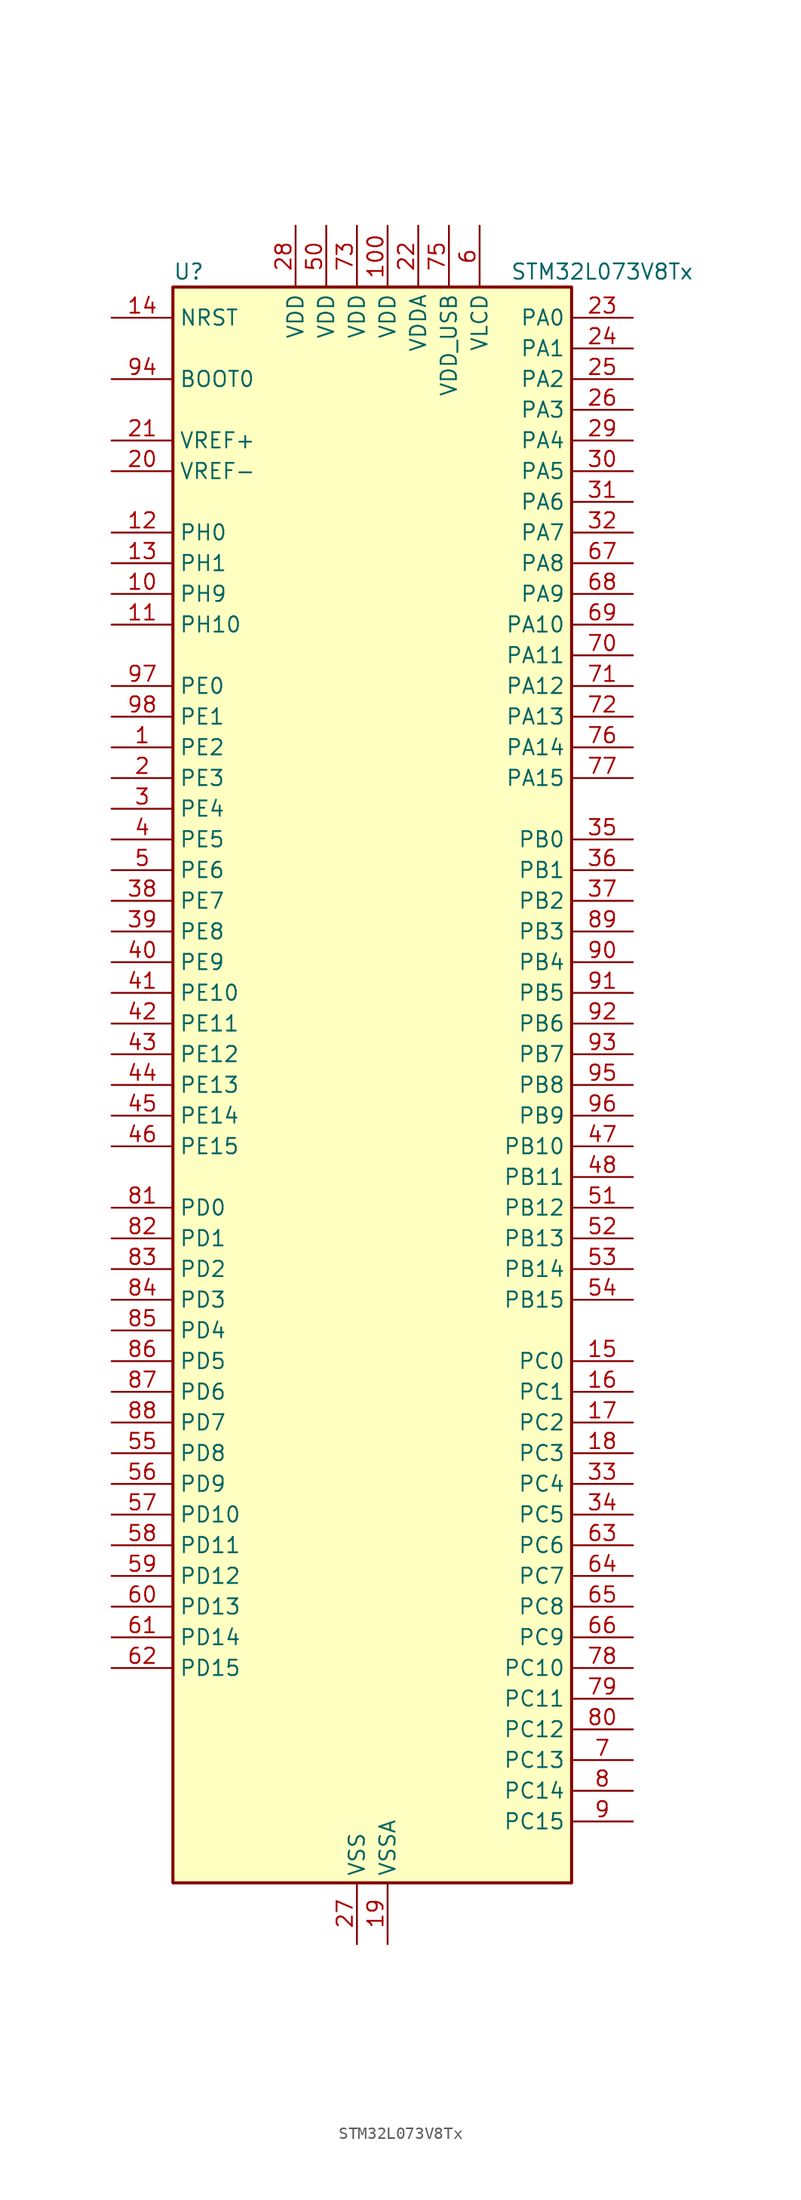
<source format=kicad_sym>
(kicad_symbol_lib
  (version 20220914)
  (generator kicad_symbol_editor)
  (symbol "STM32L073V8Tx"
    (property "Reference" "U"
      (at -15.24 67.31 0)
      (effects (font (size 1.27 1.27)) (justify left)))
    (property "Value" "STM32L073V8Tx"
      (at 12.7 67.31 0)
      (effects (font (size 1.27 1.27)) (justify left)))
    (property "ki_locked" ""
      (at 0 0 0)
      (effects (font (size 1.27 1.27))))
    (symbol "STM32L073V8Tx_0_1"
      (rectangle (start -15.24 -66.04) (end 17.78 66.04) (stroke (width 0.254) (type default)) (fill (type background))))
    (symbol "STM32L073V8Tx_1_1"
      (pin bidirectional line (at -20.32 27.94 0) (length 5.08) (name "PE2" (effects (font (size 1.27 1.27)))) (number "1" (effects (font (size 1.27 1.27)))) (alternate "LCD_SEG38" bidirectional line) (alternate "TIM3_ETR" bidirectional line))
      (pin bidirectional line (at -20.32 40.64 0) (length 5.08) (name "PH9" (effects (font (size 1.27 1.27)))) (number "10" (effects (font (size 1.27 1.27)))) (alternate "DAC_EXTI9" bidirectional line))
      (pin power_in line (at 2.54 71.12 270) (length 5.08) (name "VDD" (effects (font (size 1.27 1.27)))) (number "100" (effects (font (size 1.27 1.27)))))
      (pin bidirectional line (at -20.32 38.1 0) (length 5.08) (name "PH10" (effects (font (size 1.27 1.27)))) (number "11" (effects (font (size 1.27 1.27)))))
      (pin bidirectional line (at -20.32 45.72 0) (length 5.08) (name "PH0" (effects (font (size 1.27 1.27)))) (number "12" (effects (font (size 1.27 1.27)))) (alternate "CRS_SYNC" bidirectional line) (alternate "RCC_OSC_IN" bidirectional line))
      (pin bidirectional line (at -20.32 43.18 0) (length 5.08) (name "PH1" (effects (font (size 1.27 1.27)))) (number "13" (effects (font (size 1.27 1.27)))) (alternate "RCC_OSC_OUT" bidirectional line))
      (pin input line (at -20.32 63.5 0) (length 5.08) (name "NRST" (effects (font (size 1.27 1.27)))) (number "14" (effects (font (size 1.27 1.27)))))
      (pin bidirectional line (at 22.86 -22.86 180) (length 5.08) (name "PC0" (effects (font (size 1.27 1.27)))) (number "15" (effects (font (size 1.27 1.27)))) (alternate "ADC_IN10" bidirectional line) (alternate "I2C3_SCL" bidirectional line) (alternate "LCD_SEG18" bidirectional line) (alternate "LPTIM1_IN1" bidirectional line) (alternate "LPUART1_RX" bidirectional line) (alternate "TSC_G7_IO1" bidirectional line))
      (pin bidirectional line (at 22.86 -25.4 180) (length 5.08) (name "PC1" (effects (font (size 1.27 1.27)))) (number "16" (effects (font (size 1.27 1.27)))) (alternate "ADC_IN11" bidirectional line) (alternate "I2C3_SDA" bidirectional line) (alternate "LCD_SEG19" bidirectional line) (alternate "LPTIM1_OUT" bidirectional line) (alternate "LPUART1_TX" bidirectional line) (alternate "TSC_G7_IO2" bidirectional line))
      (pin bidirectional line (at 22.86 -27.94 180) (length 5.08) (name "PC2" (effects (font (size 1.27 1.27)))) (number "17" (effects (font (size 1.27 1.27)))) (alternate "ADC_IN12" bidirectional line) (alternate "I2S2_MCK" bidirectional line) (alternate "LCD_SEG20" bidirectional line) (alternate "LPTIM1_IN2" bidirectional line) (alternate "SPI2_MISO" bidirectional line) (alternate "TSC_G7_IO3" bidirectional line))
      (pin bidirectional line (at 22.86 -30.48 180) (length 5.08) (name "PC3" (effects (font (size 1.27 1.27)))) (number "18" (effects (font (size 1.27 1.27)))) (alternate "ADC_IN13" bidirectional line) (alternate "I2S2_SD" bidirectional line) (alternate "LCD_SEG21" bidirectional line) (alternate "LPTIM1_ETR" bidirectional line) (alternate "SPI2_MOSI" bidirectional line) (alternate "TSC_G7_IO4" bidirectional line))
      (pin power_in line (at 2.54 -71.12 90) (length 5.08) (name "VSSA" (effects (font (size 1.27 1.27)))) (number "19" (effects (font (size 1.27 1.27)))))
      (pin bidirectional line (at -20.32 25.4 0) (length 5.08) (name "PE3" (effects (font (size 1.27 1.27)))) (number "2" (effects (font (size 1.27 1.27)))) (alternate "LCD_SEG39" bidirectional line) (alternate "TIM22_CH1" bidirectional line) (alternate "TIM3_CH1" bidirectional line))
      (pin input line (at -20.32 50.8 0) (length 5.08) (name "VREF-" (effects (font (size 1.27 1.27)))) (number "20" (effects (font (size 1.27 1.27)))))
      (pin input line (at -20.32 53.34 0) (length 5.08) (name "VREF+" (effects (font (size 1.27 1.27)))) (number "21" (effects (font (size 1.27 1.27)))))
      (pin power_in line (at 5.08 71.12 270) (length 5.08) (name "VDDA" (effects (font (size 1.27 1.27)))) (number "22" (effects (font (size 1.27 1.27)))))
      (pin bidirectional line (at 22.86 63.5 180) (length 5.08) (name "PA0" (effects (font (size 1.27 1.27)))) (number "23" (effects (font (size 1.27 1.27)))) (alternate "ADC_IN0" bidirectional line) (alternate "COMP1_INM" bidirectional line) (alternate "COMP1_OUT" bidirectional line) (alternate "RTC_TAMP2" bidirectional line) (alternate "SYS_WKUP1" bidirectional line) (alternate "TIM2_CH1" bidirectional line) (alternate "TIM2_ETR" bidirectional line) (alternate "TSC_G1_IO1" bidirectional line) (alternate "USART2_CTS" bidirectional line) (alternate "USART4_TX" bidirectional line))
      (pin bidirectional line (at 22.86 60.96 180) (length 5.08) (name "PA1" (effects (font (size 1.27 1.27)))) (number "24" (effects (font (size 1.27 1.27)))) (alternate "ADC_IN1" bidirectional line) (alternate "COMP1_INP" bidirectional line) (alternate "LCD_SEG0" bidirectional line) (alternate "TIM21_ETR" bidirectional line) (alternate "TIM2_CH2" bidirectional line) (alternate "TSC_G1_IO2" bidirectional line) (alternate "USART2_DE" bidirectional line) (alternate "USART2_RTS" bidirectional line) (alternate "USART4_RX" bidirectional line))
      (pin bidirectional line (at 22.86 58.42 180) (length 5.08) (name "PA2" (effects (font (size 1.27 1.27)))) (number "25" (effects (font (size 1.27 1.27)))) (alternate "ADC_IN2" bidirectional line) (alternate "COMP2_INM" bidirectional line) (alternate "COMP2_OUT" bidirectional line) (alternate "LCD_SEG1" bidirectional line) (alternate "LPUART1_TX" bidirectional line) (alternate "TIM21_CH1" bidirectional line) (alternate "TIM2_CH3" bidirectional line) (alternate "TSC_G1_IO3" bidirectional line) (alternate "USART2_TX" bidirectional line))
      (pin bidirectional line (at 22.86 55.88 180) (length 5.08) (name "PA3" (effects (font (size 1.27 1.27)))) (number "26" (effects (font (size 1.27 1.27)))) (alternate "ADC_IN3" bidirectional line) (alternate "COMP2_INP" bidirectional line) (alternate "LCD_SEG2" bidirectional line) (alternate "LPUART1_RX" bidirectional line) (alternate "TIM21_CH2" bidirectional line) (alternate "TIM2_CH4" bidirectional line) (alternate "TSC_G1_IO4" bidirectional line) (alternate "USART2_RX" bidirectional line))
      (pin power_in line (at 0 -71.12 90) (length 5.08) (name "VSS" (effects (font (size 1.27 1.27)))) (number "27" (effects (font (size 1.27 1.27)))))
      (pin power_in line (at -5.08 71.12 270) (length 5.08) (name "VDD" (effects (font (size 1.27 1.27)))) (number "28" (effects (font (size 1.27 1.27)))))
      (pin bidirectional line (at 22.86 53.34 180) (length 5.08) (name "PA4" (effects (font (size 1.27 1.27)))) (number "29" (effects (font (size 1.27 1.27)))) (alternate "ADC_IN4" bidirectional line) (alternate "COMP1_INM" bidirectional line) (alternate "COMP2_INM" bidirectional line) (alternate "DAC_OUT1" bidirectional line) (alternate "SPI1_NSS" bidirectional line) (alternate "TIM22_ETR" bidirectional line) (alternate "TSC_G2_IO1" bidirectional line) (alternate "USART2_CK" bidirectional line))
      (pin bidirectional line (at -20.32 22.86 0) (length 5.08) (name "PE4" (effects (font (size 1.27 1.27)))) (number "3" (effects (font (size 1.27 1.27)))) (alternate "TIM22_CH2" bidirectional line) (alternate "TIM3_CH2" bidirectional line))
      (pin bidirectional line (at 22.86 50.8 180) (length 5.08) (name "PA5" (effects (font (size 1.27 1.27)))) (number "30" (effects (font (size 1.27 1.27)))) (alternate "ADC_IN5" bidirectional line) (alternate "COMP1_INM" bidirectional line) (alternate "COMP2_INM" bidirectional line) (alternate "DAC_OUT2" bidirectional line) (alternate "SPI1_SCK" bidirectional line) (alternate "TIM2_CH1" bidirectional line) (alternate "TIM2_ETR" bidirectional line) (alternate "TSC_G2_IO2" bidirectional line))
      (pin bidirectional line (at 22.86 48.26 180) (length 5.08) (name "PA6" (effects (font (size 1.27 1.27)))) (number "31" (effects (font (size 1.27 1.27)))) (alternate "ADC_IN6" bidirectional line) (alternate "COMP1_OUT" bidirectional line) (alternate "LCD_SEG3" bidirectional line) (alternate "LPUART1_CTS" bidirectional line) (alternate "SPI1_MISO" bidirectional line) (alternate "TIM22_CH1" bidirectional line) (alternate "TIM3_CH1" bidirectional line) (alternate "TSC_G2_IO3" bidirectional line))
      (pin bidirectional line (at 22.86 45.72 180) (length 5.08) (name "PA7" (effects (font (size 1.27 1.27)))) (number "32" (effects (font (size 1.27 1.27)))) (alternate "ADC_IN7" bidirectional line) (alternate "COMP2_OUT" bidirectional line) (alternate "LCD_SEG4" bidirectional line) (alternate "SPI1_MOSI" bidirectional line) (alternate "TIM22_CH2" bidirectional line) (alternate "TIM3_CH2" bidirectional line) (alternate "TSC_G2_IO4" bidirectional line))
      (pin bidirectional line (at 22.86 -33.02 180) (length 5.08) (name "PC4" (effects (font (size 1.27 1.27)))) (number "33" (effects (font (size 1.27 1.27)))) (alternate "ADC_IN14" bidirectional line) (alternate "LCD_SEG22" bidirectional line) (alternate "LPUART1_TX" bidirectional line))
      (pin bidirectional line (at 22.86 -35.56 180) (length 5.08) (name "PC5" (effects (font (size 1.27 1.27)))) (number "34" (effects (font (size 1.27 1.27)))) (alternate "ADC_IN15" bidirectional line) (alternate "LCD_SEG23" bidirectional line) (alternate "LPUART1_RX" bidirectional line) (alternate "TSC_G3_IO1" bidirectional line))
      (pin bidirectional line (at 22.86 20.32 180) (length 5.08) (name "PB0" (effects (font (size 1.27 1.27)))) (number "35" (effects (font (size 1.27 1.27)))) (alternate "ADC_IN8" bidirectional line) (alternate "LCD_SEG5" bidirectional line) (alternate "LCD_VLCD3" bidirectional line) (alternate "SYS_VREF_OUT_PB0" bidirectional line) (alternate "TIM3_CH3" bidirectional line) (alternate "TSC_G3_IO2" bidirectional line))
      (pin bidirectional line (at 22.86 17.78 180) (length 5.08) (name "PB1" (effects (font (size 1.27 1.27)))) (number "36" (effects (font (size 1.27 1.27)))) (alternate "ADC_IN9" bidirectional line) (alternate "LCD_SEG6" bidirectional line) (alternate "LPUART1_DE" bidirectional line) (alternate "LPUART1_RTS" bidirectional line) (alternate "SYS_VREF_OUT_PB1" bidirectional line) (alternate "TIM3_CH4" bidirectional line) (alternate "TSC_G3_IO3" bidirectional line))
      (pin bidirectional line (at 22.86 15.24 180) (length 5.08) (name "PB2" (effects (font (size 1.27 1.27)))) (number "37" (effects (font (size 1.27 1.27)))) (alternate "I2C3_SMBA" bidirectional line) (alternate "LCD_VLCD2" bidirectional line) (alternate "LPTIM1_OUT" bidirectional line) (alternate "TSC_G3_IO4" bidirectional line))
      (pin bidirectional line (at -20.32 15.24 0) (length 5.08) (name "PE7" (effects (font (size 1.27 1.27)))) (number "38" (effects (font (size 1.27 1.27)))) (alternate "LCD_SEG45" bidirectional line) (alternate "USART5_CK" bidirectional line) (alternate "USART5_DE" bidirectional line) (alternate "USART5_RTS" bidirectional line))
      (pin bidirectional line (at -20.32 12.7 0) (length 5.08) (name "PE8" (effects (font (size 1.27 1.27)))) (number "39" (effects (font (size 1.27 1.27)))) (alternate "LCD_SEG46" bidirectional line) (alternate "USART4_TX" bidirectional line))
      (pin bidirectional line (at -20.32 20.32 0) (length 5.08) (name "PE5" (effects (font (size 1.27 1.27)))) (number "4" (effects (font (size 1.27 1.27)))) (alternate "TIM21_CH1" bidirectional line) (alternate "TIM3_CH3" bidirectional line))
      (pin bidirectional line (at -20.32 10.16 0) (length 5.08) (name "PE9" (effects (font (size 1.27 1.27)))) (number "40" (effects (font (size 1.27 1.27)))) (alternate "DAC_EXTI9" bidirectional line) (alternate "LCD_SEG47" bidirectional line) (alternate "TIM2_CH1" bidirectional line) (alternate "TIM2_ETR" bidirectional line) (alternate "USART4_RX" bidirectional line))
      (pin bidirectional line (at -20.32 7.62 0) (length 5.08) (name "PE10" (effects (font (size 1.27 1.27)))) (number "41" (effects (font (size 1.27 1.27)))) (alternate "LCD_SEG40" bidirectional line) (alternate "TIM2_CH2" bidirectional line) (alternate "USART5_TX" bidirectional line))
      (pin bidirectional line (at -20.32 5.08 0) (length 5.08) (name "PE11" (effects (font (size 1.27 1.27)))) (number "42" (effects (font (size 1.27 1.27)))) (alternate "ADC_EXTI11" bidirectional line) (alternate "LCD_VLCD1" bidirectional line) (alternate "TIM2_CH3" bidirectional line) (alternate "USART5_RX" bidirectional line))
      (pin bidirectional line (at -20.32 2.54 0) (length 5.08) (name "PE12" (effects (font (size 1.27 1.27)))) (number "43" (effects (font (size 1.27 1.27)))) (alternate "LCD_VLCD3" bidirectional line) (alternate "SPI1_NSS" bidirectional line) (alternate "TIM2_CH4" bidirectional line))
      (pin bidirectional line (at -20.32 0 0) (length 5.08) (name "PE13" (effects (font (size 1.27 1.27)))) (number "44" (effects (font (size 1.27 1.27)))) (alternate "LCD_SEG41" bidirectional line) (alternate "SPI1_SCK" bidirectional line))
      (pin bidirectional line (at -20.32 -2.54 0) (length 5.08) (name "PE14" (effects (font (size 1.27 1.27)))) (number "45" (effects (font (size 1.27 1.27)))) (alternate "LCD_SEG42" bidirectional line) (alternate "SPI1_MISO" bidirectional line))
      (pin bidirectional line (at -20.32 -5.08 0) (length 5.08) (name "PE15" (effects (font (size 1.27 1.27)))) (number "46" (effects (font (size 1.27 1.27)))) (alternate "LCD_SEG43" bidirectional line) (alternate "SPI1_MOSI" bidirectional line))
      (pin bidirectional line (at 22.86 -5.08 180) (length 5.08) (name "PB10" (effects (font (size 1.27 1.27)))) (number "47" (effects (font (size 1.27 1.27)))) (alternate "I2C2_SCL" bidirectional line) (alternate "LCD_SEG10" bidirectional line) (alternate "LPUART1_RX" bidirectional line) (alternate "LPUART1_TX" bidirectional line) (alternate "SPI2_SCK" bidirectional line) (alternate "TIM2_CH3" bidirectional line) (alternate "TSC_SYNC" bidirectional line))
      (pin bidirectional line (at 22.86 -7.62 180) (length 5.08) (name "PB11" (effects (font (size 1.27 1.27)))) (number "48" (effects (font (size 1.27 1.27)))) (alternate "ADC_EXTI11" bidirectional line) (alternate "I2C2_SDA" bidirectional line) (alternate "LCD_SEG11" bidirectional line) (alternate "LPUART1_RX" bidirectional line) (alternate "LPUART1_TX" bidirectional line) (alternate "TIM2_CH4" bidirectional line) (alternate "TSC_G6_IO1" bidirectional line))
      (pin passive line (at 0 -71.12 90) (length 5.08) hide (name "VSS" (effects (font (size 1.27 1.27)))) (number "49" (effects (font (size 1.27 1.27)))))
      (pin bidirectional line (at -20.32 17.78 0) (length 5.08) (name "PE6" (effects (font (size 1.27 1.27)))) (number "5" (effects (font (size 1.27 1.27)))) (alternate "RTC_TAMP3" bidirectional line) (alternate "SYS_WKUP3" bidirectional line) (alternate "TIM21_CH2" bidirectional line) (alternate "TIM3_CH4" bidirectional line))
      (pin power_in line (at -2.54 71.12 270) (length 5.08) (name "VDD" (effects (font (size 1.27 1.27)))) (number "50" (effects (font (size 1.27 1.27)))))
      (pin bidirectional line (at 22.86 -10.16 180) (length 5.08) (name "PB12" (effects (font (size 1.27 1.27)))) (number "51" (effects (font (size 1.27 1.27)))) (alternate "I2S2_WS" bidirectional line) (alternate "LCD_SEG12" bidirectional line) (alternate "LCD_VLCD2" bidirectional line) (alternate "LPUART1_DE" bidirectional line) (alternate "LPUART1_RTS" bidirectional line) (alternate "SPI2_NSS" bidirectional line) (alternate "TSC_G6_IO2" bidirectional line))
      (pin bidirectional line (at 22.86 -12.7 180) (length 5.08) (name "PB13" (effects (font (size 1.27 1.27)))) (number "52" (effects (font (size 1.27 1.27)))) (alternate "I2C2_SCL" bidirectional line) (alternate "I2S2_CK" bidirectional line) (alternate "LCD_SEG13" bidirectional line) (alternate "LPUART1_CTS" bidirectional line) (alternate "RCC_MCO" bidirectional line) (alternate "SPI2_SCK" bidirectional line) (alternate "TIM21_CH1" bidirectional line) (alternate "TSC_G6_IO3" bidirectional line))
      (pin bidirectional line (at 22.86 -15.24 180) (length 5.08) (name "PB14" (effects (font (size 1.27 1.27)))) (number "53" (effects (font (size 1.27 1.27)))) (alternate "I2C2_SDA" bidirectional line) (alternate "I2S2_MCK" bidirectional line) (alternate "LCD_SEG14" bidirectional line) (alternate "LPUART1_DE" bidirectional line) (alternate "LPUART1_RTS" bidirectional line) (alternate "RTC_OUT_ALARM" bidirectional line) (alternate "RTC_OUT_CALIB" bidirectional line) (alternate "SPI2_MISO" bidirectional line) (alternate "TIM21_CH2" bidirectional line) (alternate "TSC_G6_IO4" bidirectional line))
      (pin bidirectional line (at 22.86 -17.78 180) (length 5.08) (name "PB15" (effects (font (size 1.27 1.27)))) (number "54" (effects (font (size 1.27 1.27)))) (alternate "I2S2_SD" bidirectional line) (alternate "LCD_SEG15" bidirectional line) (alternate "RTC_REFIN" bidirectional line) (alternate "SPI2_MOSI" bidirectional line))
      (pin bidirectional line (at -20.32 -30.48 0) (length 5.08) (name "PD8" (effects (font (size 1.27 1.27)))) (number "55" (effects (font (size 1.27 1.27)))) (alternate "LCD_SEG28" bidirectional line) (alternate "LPUART1_TX" bidirectional line))
      (pin bidirectional line (at -20.32 -33.02 0) (length 5.08) (name "PD9" (effects (font (size 1.27 1.27)))) (number "56" (effects (font (size 1.27 1.27)))) (alternate "DAC_EXTI9" bidirectional line) (alternate "LCD_SEG29" bidirectional line) (alternate "LPUART1_RX" bidirectional line))
      (pin bidirectional line (at -20.32 -35.56 0) (length 5.08) (name "PD10" (effects (font (size 1.27 1.27)))) (number "57" (effects (font (size 1.27 1.27)))) (alternate "LCD_SEG30" bidirectional line))
      (pin bidirectional line (at -20.32 -38.1 0) (length 5.08) (name "PD11" (effects (font (size 1.27 1.27)))) (number "58" (effects (font (size 1.27 1.27)))) (alternate "ADC_EXTI11" bidirectional line) (alternate "LCD_SEG31" bidirectional line) (alternate "LPUART1_CTS" bidirectional line))
      (pin bidirectional line (at -20.32 -40.64 0) (length 5.08) (name "PD12" (effects (font (size 1.27 1.27)))) (number "59" (effects (font (size 1.27 1.27)))) (alternate "LCD_SEG32" bidirectional line) (alternate "LPUART1_DE" bidirectional line) (alternate "LPUART1_RTS" bidirectional line))
      (pin power_in line (at 10.16 71.12 270) (length 5.08) (name "VLCD" (effects (font (size 1.27 1.27)))) (number "6" (effects (font (size 1.27 1.27)))))
      (pin bidirectional line (at -20.32 -43.18 0) (length 5.08) (name "PD13" (effects (font (size 1.27 1.27)))) (number "60" (effects (font (size 1.27 1.27)))) (alternate "LCD_SEG33" bidirectional line))
      (pin bidirectional line (at -20.32 -45.72 0) (length 5.08) (name "PD14" (effects (font (size 1.27 1.27)))) (number "61" (effects (font (size 1.27 1.27)))) (alternate "LCD_SEG34" bidirectional line))
      (pin bidirectional line (at -20.32 -48.26 0) (length 5.08) (name "PD15" (effects (font (size 1.27 1.27)))) (number "62" (effects (font (size 1.27 1.27)))) (alternate "CRS_SYNC" bidirectional line) (alternate "LCD_SEG35" bidirectional line))
      (pin bidirectional line (at 22.86 -38.1 180) (length 5.08) (name "PC6" (effects (font (size 1.27 1.27)))) (number "63" (effects (font (size 1.27 1.27)))) (alternate "LCD_SEG24" bidirectional line) (alternate "TIM22_CH1" bidirectional line) (alternate "TIM3_CH1" bidirectional line) (alternate "TSC_G8_IO1" bidirectional line))
      (pin bidirectional line (at 22.86 -40.64 180) (length 5.08) (name "PC7" (effects (font (size 1.27 1.27)))) (number "64" (effects (font (size 1.27 1.27)))) (alternate "LCD_SEG25" bidirectional line) (alternate "TIM22_CH2" bidirectional line) (alternate "TIM3_CH2" bidirectional line) (alternate "TSC_G8_IO2" bidirectional line))
      (pin bidirectional line (at 22.86 -43.18 180) (length 5.08) (name "PC8" (effects (font (size 1.27 1.27)))) (number "65" (effects (font (size 1.27 1.27)))) (alternate "LCD_SEG26" bidirectional line) (alternate "TIM22_ETR" bidirectional line) (alternate "TIM3_CH3" bidirectional line) (alternate "TSC_G8_IO3" bidirectional line))
      (pin bidirectional line (at 22.86 -45.72 180) (length 5.08) (name "PC9" (effects (font (size 1.27 1.27)))) (number "66" (effects (font (size 1.27 1.27)))) (alternate "DAC_EXTI9" bidirectional line) (alternate "I2C3_SDA" bidirectional line) (alternate "LCD_SEG27" bidirectional line) (alternate "TIM21_ETR" bidirectional line) (alternate "TIM3_CH4" bidirectional line) (alternate "TSC_G8_IO4" bidirectional line) (alternate "USB_NOE" bidirectional line))
      (pin bidirectional line (at 22.86 43.18 180) (length 5.08) (name "PA8" (effects (font (size 1.27 1.27)))) (number "67" (effects (font (size 1.27 1.27)))) (alternate "CRS_SYNC" bidirectional line) (alternate "I2C3_SCL" bidirectional line) (alternate "LCD_COM0" bidirectional line) (alternate "RCC_MCO" bidirectional line) (alternate "USART1_CK" bidirectional line))
      (pin bidirectional line (at 22.86 40.64 180) (length 5.08) (name "PA9" (effects (font (size 1.27 1.27)))) (number "68" (effects (font (size 1.27 1.27)))) (alternate "DAC_EXTI9" bidirectional line) (alternate "I2C1_SCL" bidirectional line) (alternate "I2C3_SMBA" bidirectional line) (alternate "LCD_COM1" bidirectional line) (alternate "RCC_MCO" bidirectional line) (alternate "TSC_G4_IO1" bidirectional line) (alternate "USART1_TX" bidirectional line))
      (pin bidirectional line (at 22.86 38.1 180) (length 5.08) (name "PA10" (effects (font (size 1.27 1.27)))) (number "69" (effects (font (size 1.27 1.27)))) (alternate "I2C1_SDA" bidirectional line) (alternate "LCD_COM2" bidirectional line) (alternate "TSC_G4_IO2" bidirectional line) (alternate "USART1_RX" bidirectional line))
      (pin bidirectional line (at 22.86 -55.88 180) (length 5.08) (name "PC13" (effects (font (size 1.27 1.27)))) (number "7" (effects (font (size 1.27 1.27)))) (alternate "RTC_OUT_ALARM" bidirectional line) (alternate "RTC_OUT_CALIB" bidirectional line) (alternate "RTC_TAMP1" bidirectional line) (alternate "RTC_TS" bidirectional line) (alternate "SYS_WKUP2" bidirectional line))
      (pin bidirectional line (at 22.86 35.56 180) (length 5.08) (name "PA11" (effects (font (size 1.27 1.27)))) (number "70" (effects (font (size 1.27 1.27)))) (alternate "ADC_EXTI11" bidirectional line) (alternate "COMP1_OUT" bidirectional line) (alternate "SPI1_MISO" bidirectional line) (alternate "TSC_G4_IO3" bidirectional line) (alternate "USART1_CTS" bidirectional line) (alternate "USB_DM" bidirectional line))
      (pin bidirectional line (at 22.86 33.02 180) (length 5.08) (name "PA12" (effects (font (size 1.27 1.27)))) (number "71" (effects (font (size 1.27 1.27)))) (alternate "COMP2_OUT" bidirectional line) (alternate "SPI1_MOSI" bidirectional line) (alternate "TSC_G4_IO4" bidirectional line) (alternate "USART1_DE" bidirectional line) (alternate "USART1_RTS" bidirectional line) (alternate "USB_DP" bidirectional line))
      (pin bidirectional line (at 22.86 30.48 180) (length 5.08) (name "PA13" (effects (font (size 1.27 1.27)))) (number "72" (effects (font (size 1.27 1.27)))) (alternate "LPUART1_RX" bidirectional line) (alternate "SYS_SWDIO" bidirectional line) (alternate "USB_NOE" bidirectional line))
      (pin power_in line (at 0 71.12 270) (length 5.08) (name "VDD" (effects (font (size 1.27 1.27)))) (number "73" (effects (font (size 1.27 1.27)))))
      (pin passive line (at 0 -71.12 90) (length 5.08) hide (name "VSS" (effects (font (size 1.27 1.27)))) (number "74" (effects (font (size 1.27 1.27)))))
      (pin power_in line (at 7.62 71.12 270) (length 5.08) (name "VDD_USB" (effects (font (size 1.27 1.27)))) (number "75" (effects (font (size 1.27 1.27)))))
      (pin bidirectional line (at 22.86 27.94 180) (length 5.08) (name "PA14" (effects (font (size 1.27 1.27)))) (number "76" (effects (font (size 1.27 1.27)))) (alternate "LPUART1_TX" bidirectional line) (alternate "SYS_SWCLK" bidirectional line) (alternate "USART2_TX" bidirectional line))
      (pin bidirectional line (at 22.86 25.4 180) (length 5.08) (name "PA15" (effects (font (size 1.27 1.27)))) (number "77" (effects (font (size 1.27 1.27)))) (alternate "LCD_SEG17" bidirectional line) (alternate "SPI1_NSS" bidirectional line) (alternate "TIM2_CH1" bidirectional line) (alternate "TIM2_ETR" bidirectional line) (alternate "USART2_RX" bidirectional line) (alternate "USART4_DE" bidirectional line) (alternate "USART4_RTS" bidirectional line))
      (pin bidirectional line (at 22.86 -48.26 180) (length 5.08) (name "PC10" (effects (font (size 1.27 1.27)))) (number "78" (effects (font (size 1.27 1.27)))) (alternate "LCD_COM4" bidirectional line) (alternate "LCD_SEG28" bidirectional line) (alternate "LCD_SEG48" bidirectional line) (alternate "LPUART1_TX" bidirectional line) (alternate "USART4_TX" bidirectional line))
      (pin bidirectional line (at 22.86 -50.8 180) (length 5.08) (name "PC11" (effects (font (size 1.27 1.27)))) (number "79" (effects (font (size 1.27 1.27)))) (alternate "ADC_EXTI11" bidirectional line) (alternate "LCD_COM5" bidirectional line) (alternate "LCD_SEG29" bidirectional line) (alternate "LCD_SEG49" bidirectional line) (alternate "LPUART1_RX" bidirectional line) (alternate "USART4_RX" bidirectional line))
      (pin bidirectional line (at 22.86 -58.42 180) (length 5.08) (name "PC14" (effects (font (size 1.27 1.27)))) (number "8" (effects (font (size 1.27 1.27)))) (alternate "RCC_OSC32_IN" bidirectional line))
      (pin bidirectional line (at 22.86 -53.34 180) (length 5.08) (name "PC12" (effects (font (size 1.27 1.27)))) (number "80" (effects (font (size 1.27 1.27)))) (alternate "LCD_COM6" bidirectional line) (alternate "LCD_SEG30" bidirectional line) (alternate "LCD_SEG50" bidirectional line) (alternate "USART4_CK" bidirectional line) (alternate "USART5_TX" bidirectional line))
      (pin bidirectional line (at -20.32 -10.16 0) (length 5.08) (name "PD0" (effects (font (size 1.27 1.27)))) (number "81" (effects (font (size 1.27 1.27)))) (alternate "I2S2_WS" bidirectional line) (alternate "SPI2_NSS" bidirectional line) (alternate "TIM21_CH1" bidirectional line))
      (pin bidirectional line (at -20.32 -12.7 0) (length 5.08) (name "PD1" (effects (font (size 1.27 1.27)))) (number "82" (effects (font (size 1.27 1.27)))) (alternate "I2S2_CK" bidirectional line) (alternate "SPI2_SCK" bidirectional line))
      (pin bidirectional line (at -20.32 -15.24 0) (length 5.08) (name "PD2" (effects (font (size 1.27 1.27)))) (number "83" (effects (font (size 1.27 1.27)))) (alternate "LCD_COM7" bidirectional line) (alternate "LCD_SEG31" bidirectional line) (alternate "LCD_SEG51" bidirectional line) (alternate "LPUART1_DE" bidirectional line) (alternate "LPUART1_RTS" bidirectional line) (alternate "TIM3_ETR" bidirectional line) (alternate "USART5_RX" bidirectional line))
      (pin bidirectional line (at -20.32 -17.78 0) (length 5.08) (name "PD3" (effects (font (size 1.27 1.27)))) (number "84" (effects (font (size 1.27 1.27)))) (alternate "I2S2_MCK" bidirectional line) (alternate "LCD_SEG44" bidirectional line) (alternate "SPI2_MISO" bidirectional line) (alternate "USART2_CTS" bidirectional line))
      (pin bidirectional line (at -20.32 -20.32 0) (length 5.08) (name "PD4" (effects (font (size 1.27 1.27)))) (number "85" (effects (font (size 1.27 1.27)))) (alternate "I2S2_SD" bidirectional line) (alternate "SPI2_MOSI" bidirectional line) (alternate "USART2_DE" bidirectional line) (alternate "USART2_RTS" bidirectional line))
      (pin bidirectional line (at -20.32 -22.86 0) (length 5.08) (name "PD5" (effects (font (size 1.27 1.27)))) (number "86" (effects (font (size 1.27 1.27)))) (alternate "USART2_TX" bidirectional line))
      (pin bidirectional line (at -20.32 -25.4 0) (length 5.08) (name "PD6" (effects (font (size 1.27 1.27)))) (number "87" (effects (font (size 1.27 1.27)))) (alternate "USART2_RX" bidirectional line))
      (pin bidirectional line (at -20.32 -27.94 0) (length 5.08) (name "PD7" (effects (font (size 1.27 1.27)))) (number "88" (effects (font (size 1.27 1.27)))) (alternate "TIM21_CH2" bidirectional line) (alternate "USART2_CK" bidirectional line))
      (pin bidirectional line (at 22.86 12.7 180) (length 5.08) (name "PB3" (effects (font (size 1.27 1.27)))) (number "89" (effects (font (size 1.27 1.27)))) (alternate "COMP2_INM" bidirectional line) (alternate "LCD_SEG7" bidirectional line) (alternate "SPI1_SCK" bidirectional line) (alternate "TIM2_CH2" bidirectional line) (alternate "TSC_G5_IO1" bidirectional line) (alternate "USART1_DE" bidirectional line) (alternate "USART1_RTS" bidirectional line) (alternate "USART5_TX" bidirectional line))
      (pin bidirectional line (at 22.86 -60.96 180) (length 5.08) (name "PC15" (effects (font (size 1.27 1.27)))) (number "9" (effects (font (size 1.27 1.27)))) (alternate "RCC_OSC32_OUT" bidirectional line))
      (pin bidirectional line (at 22.86 10.16 180) (length 5.08) (name "PB4" (effects (font (size 1.27 1.27)))) (number "90" (effects (font (size 1.27 1.27)))) (alternate "COMP2_INP" bidirectional line) (alternate "I2C3_SDA" bidirectional line) (alternate "LCD_SEG8" bidirectional line) (alternate "SPI1_MISO" bidirectional line) (alternate "TIM22_CH1" bidirectional line) (alternate "TIM3_CH1" bidirectional line) (alternate "TSC_G5_IO2" bidirectional line) (alternate "USART1_CTS" bidirectional line) (alternate "USART5_RX" bidirectional line))
      (pin bidirectional line (at 22.86 7.62 180) (length 5.08) (name "PB5" (effects (font (size 1.27 1.27)))) (number "91" (effects (font (size 1.27 1.27)))) (alternate "COMP2_INP" bidirectional line) (alternate "I2C1_SMBA" bidirectional line) (alternate "LCD_SEG9" bidirectional line) (alternate "LPTIM1_IN1" bidirectional line) (alternate "SPI1_MOSI" bidirectional line) (alternate "TIM22_CH2" bidirectional line) (alternate "TIM3_CH2" bidirectional line) (alternate "USART1_CK" bidirectional line) (alternate "USART5_CK" bidirectional line) (alternate "USART5_DE" bidirectional line) (alternate "USART5_RTS" bidirectional line))
      (pin bidirectional line (at 22.86 5.08 180) (length 5.08) (name "PB6" (effects (font (size 1.27 1.27)))) (number "92" (effects (font (size 1.27 1.27)))) (alternate "COMP2_INP" bidirectional line) (alternate "I2C1_SCL" bidirectional line) (alternate "LPTIM1_ETR" bidirectional line) (alternate "TSC_G5_IO3" bidirectional line) (alternate "USART1_TX" bidirectional line))
      (pin bidirectional line (at 22.86 2.54 180) (length 5.08) (name "PB7" (effects (font (size 1.27 1.27)))) (number "93" (effects (font (size 1.27 1.27)))) (alternate "COMP2_INP" bidirectional line) (alternate "I2C1_SDA" bidirectional line) (alternate "LPTIM1_IN2" bidirectional line) (alternate "SYS_PVD_IN" bidirectional line) (alternate "TSC_G5_IO4" bidirectional line) (alternate "USART1_RX" bidirectional line) (alternate "USART4_CTS" bidirectional line))
      (pin input line (at -20.32 58.42 0) (length 5.08) (name "BOOT0" (effects (font (size 1.27 1.27)))) (number "94" (effects (font (size 1.27 1.27)))))
      (pin bidirectional line (at 22.86 0 180) (length 5.08) (name "PB8" (effects (font (size 1.27 1.27)))) (number "95" (effects (font (size 1.27 1.27)))) (alternate "I2C1_SCL" bidirectional line) (alternate "LCD_SEG16" bidirectional line) (alternate "TSC_SYNC" bidirectional line))
      (pin bidirectional line (at 22.86 -2.54 180) (length 5.08) (name "PB9" (effects (font (size 1.27 1.27)))) (number "96" (effects (font (size 1.27 1.27)))) (alternate "DAC_EXTI9" bidirectional line) (alternate "I2C1_SDA" bidirectional line) (alternate "I2S2_WS" bidirectional line) (alternate "LCD_COM3" bidirectional line) (alternate "SPI2_NSS" bidirectional line))
      (pin bidirectional line (at -20.32 33.02 0) (length 5.08) (name "PE0" (effects (font (size 1.27 1.27)))) (number "97" (effects (font (size 1.27 1.27)))) (alternate "LCD_SEG36" bidirectional line))
      (pin bidirectional line (at -20.32 30.48 0) (length 5.08) (name "PE1" (effects (font (size 1.27 1.27)))) (number "98" (effects (font (size 1.27 1.27)))) (alternate "LCD_SEG37" bidirectional line))
      (pin passive line (at 0 -71.12 90) (length 5.08) hide (name "VSS" (effects (font (size 1.27 1.27)))) (number "99" (effects (font (size 1.27 1.27))))))))
</source>
